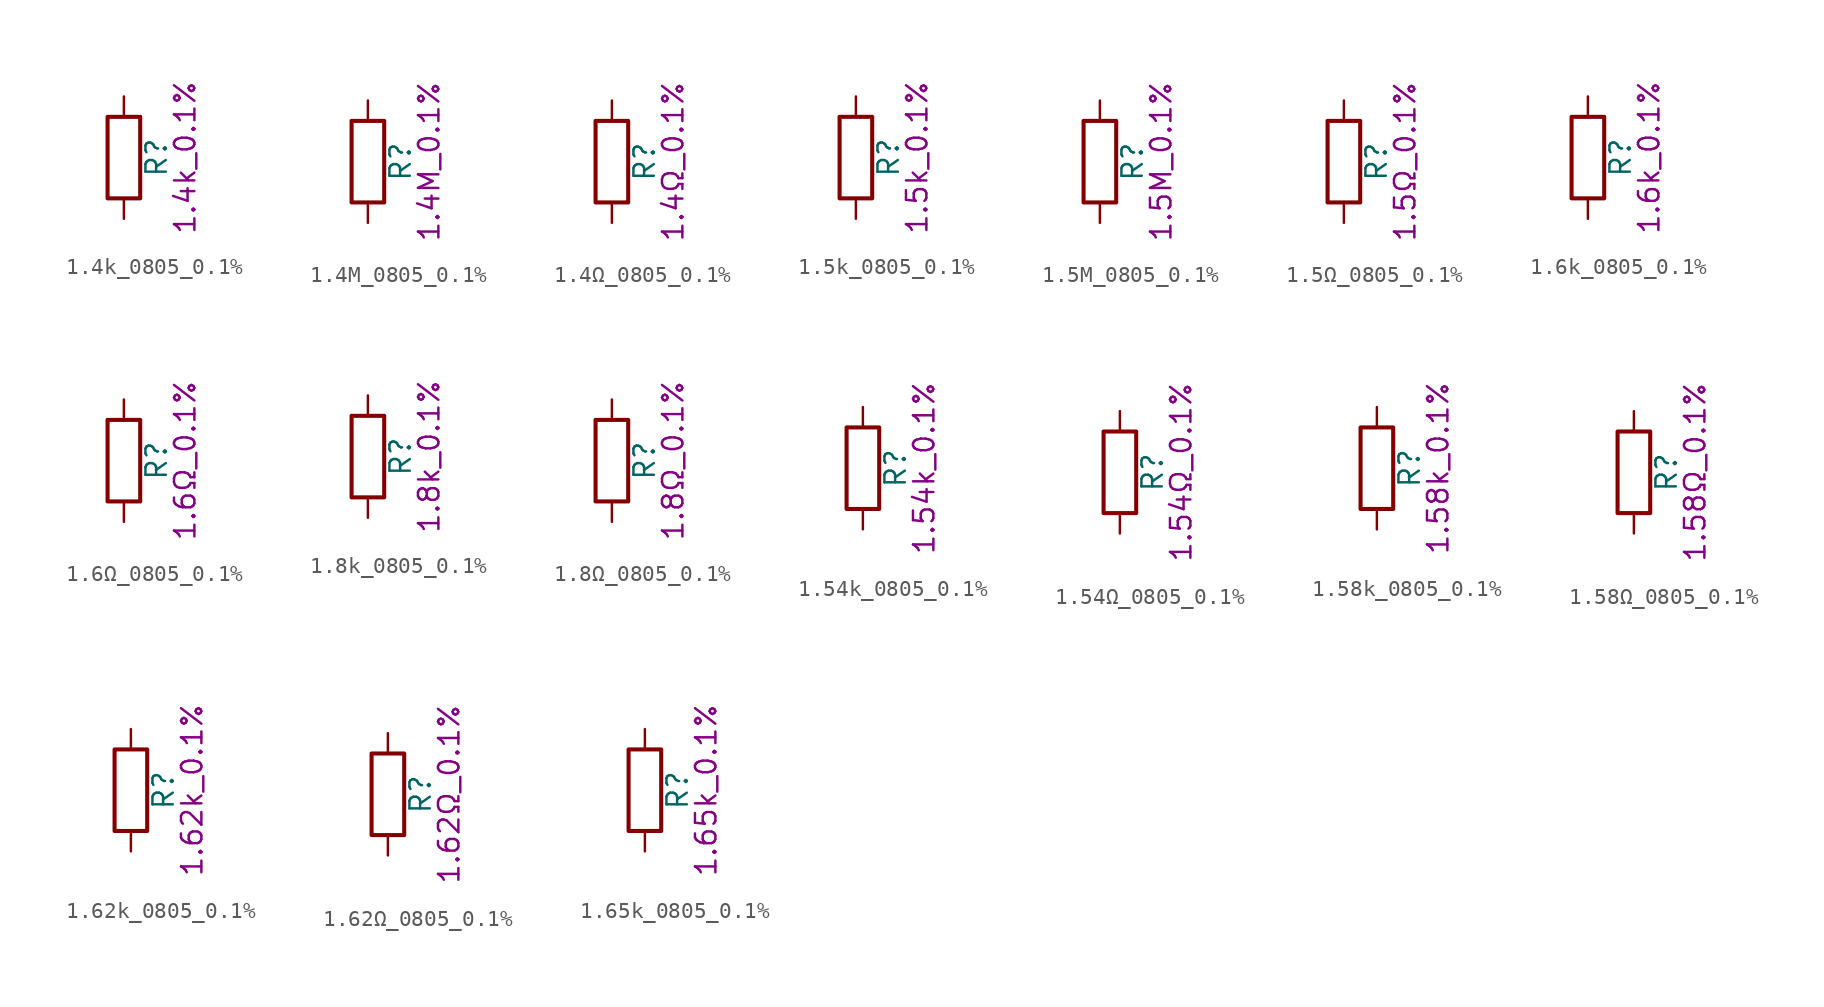
<source format=kicad_sym>
(kicad_symbol_lib
  (version 20211014)
  (generator kicad_symbol_editor)
  (symbol "1.4k_0805_0.1%"
    (pin_numbers hide)
    (pin_names
      (offset 0))
    (property "Reference" "R"
      (at 2.032 0 90)
      (effects (font (size 1.27 1.27))))
    (property "Display" "1.4k_0.1%"
      (at 3.81 0 90)
      (effects (font (size 1.27 1.27))))
    (symbol "1.4k_0805_0.1%_0_1"
      (rectangle (start -1.016 -2.54) (end 1.016 2.54) (stroke (width 0.254) (type default) (color 0 0 0 0)) (fill (type none))))
    (symbol "1.4k_0805_0.1%_1_1"
      (pin passive line (at 0 3.81 270) (length 1.27) (name "~" (effects (font (size 1.27 1.27)))) (number "1" (effects (font (size 1.27 1.27)))))
      (pin passive line (at 0 -3.81 90) (length 1.27) (name "~" (effects (font (size 1.27 1.27)))) (number "2" (effects (font (size 1.27 1.27)))))))
  (symbol "1.4M_0805_0.1%"
    (pin_numbers hide)
    (pin_names
      (offset 0))
    (property "Reference" "R"
      (at 2.032 0 90)
      (effects (font (size 1.27 1.27))))
    (property "Display" "1.4M_0.1%"
      (at 3.81 0 90)
      (effects (font (size 1.27 1.27))))
    (symbol "1.4M_0805_0.1%_0_1"
      (rectangle (start -1.016 -2.54) (end 1.016 2.54) (stroke (width 0.254) (type default) (color 0 0 0 0)) (fill (type none))))
    (symbol "1.4M_0805_0.1%_1_1"
      (pin passive line (at 0 3.81 270) (length 1.27) (name "~" (effects (font (size 1.27 1.27)))) (number "1" (effects (font (size 1.27 1.27)))))
      (pin passive line (at 0 -3.81 90) (length 1.27) (name "~" (effects (font (size 1.27 1.27)))) (number "2" (effects (font (size 1.27 1.27)))))))
  (symbol "1.4Ω_0805_0.1%"
    (pin_numbers hide)
    (pin_names
      (offset 0))
    (property "Reference" "R"
      (at 2.032 0 90)
      (effects (font (size 1.27 1.27))))
    (property "Display" "1.4Ω_0.1%"
      (at 3.81 0 90)
      (effects (font (size 1.27 1.27))))
    (symbol "1.4Ω_0805_0.1%_0_1"
      (rectangle (start -1.016 -2.54) (end 1.016 2.54) (stroke (width 0.254) (type default) (color 0 0 0 0)) (fill (type none))))
    (symbol "1.4Ω_0805_0.1%_1_1"
      (pin passive line (at 0 3.81 270) (length 1.27) (name "~" (effects (font (size 1.27 1.27)))) (number "1" (effects (font (size 1.27 1.27)))))
      (pin passive line (at 0 -3.81 90) (length 1.27) (name "~" (effects (font (size 1.27 1.27)))) (number "2" (effects (font (size 1.27 1.27)))))))
  (symbol "1.5k_0805_0.1%"
    (pin_numbers hide)
    (pin_names
      (offset 0))
    (property "Reference" "R"
      (at 2.032 0 90)
      (effects (font (size 1.27 1.27))))
    (property "Display" "1.5k_0.1%"
      (at 3.81 0 90)
      (effects (font (size 1.27 1.27))))
    (symbol "1.5k_0805_0.1%_0_1"
      (rectangle (start -1.016 -2.54) (end 1.016 2.54) (stroke (width 0.254) (type default) (color 0 0 0 0)) (fill (type none))))
    (symbol "1.5k_0805_0.1%_1_1"
      (pin passive line (at 0 3.81 270) (length 1.27) (name "~" (effects (font (size 1.27 1.27)))) (number "1" (effects (font (size 1.27 1.27)))))
      (pin passive line (at 0 -3.81 90) (length 1.27) (name "~" (effects (font (size 1.27 1.27)))) (number "2" (effects (font (size 1.27 1.27)))))))
  (symbol "1.5M_0805_0.1%"
    (pin_numbers hide)
    (pin_names
      (offset 0))
    (property "Reference" "R"
      (at 2.032 0 90)
      (effects (font (size 1.27 1.27))))
    (property "Display" "1.5M_0.1%"
      (at 3.81 0 90)
      (effects (font (size 1.27 1.27))))
    (symbol "1.5M_0805_0.1%_0_1"
      (rectangle (start -1.016 -2.54) (end 1.016 2.54) (stroke (width 0.254) (type default) (color 0 0 0 0)) (fill (type none))))
    (symbol "1.5M_0805_0.1%_1_1"
      (pin passive line (at 0 3.81 270) (length 1.27) (name "~" (effects (font (size 1.27 1.27)))) (number "1" (effects (font (size 1.27 1.27)))))
      (pin passive line (at 0 -3.81 90) (length 1.27) (name "~" (effects (font (size 1.27 1.27)))) (number "2" (effects (font (size 1.27 1.27)))))))
  (symbol "1.5Ω_0805_0.1%"
    (pin_numbers hide)
    (pin_names
      (offset 0))
    (property "Reference" "R"
      (at 2.032 0 90)
      (effects (font (size 1.27 1.27))))
    (property "Display" "1.5Ω_0.1%"
      (at 3.81 0 90)
      (effects (font (size 1.27 1.27))))
    (symbol "1.5Ω_0805_0.1%_0_1"
      (rectangle (start -1.016 -2.54) (end 1.016 2.54) (stroke (width 0.254) (type default) (color 0 0 0 0)) (fill (type none))))
    (symbol "1.5Ω_0805_0.1%_1_1"
      (pin passive line (at 0 3.81 270) (length 1.27) (name "~" (effects (font (size 1.27 1.27)))) (number "1" (effects (font (size 1.27 1.27)))))
      (pin passive line (at 0 -3.81 90) (length 1.27) (name "~" (effects (font (size 1.27 1.27)))) (number "2" (effects (font (size 1.27 1.27)))))))
  (symbol "1.6k_0805_0.1%"
    (pin_numbers hide)
    (pin_names
      (offset 0))
    (property "Reference" "R"
      (at 2.032 0 90)
      (effects (font (size 1.27 1.27))))
    (property "Display" "1.6k_0.1%"
      (at 3.81 0 90)
      (effects (font (size 1.27 1.27))))
    (symbol "1.6k_0805_0.1%_0_1"
      (rectangle (start -1.016 -2.54) (end 1.016 2.54) (stroke (width 0.254) (type default) (color 0 0 0 0)) (fill (type none))))
    (symbol "1.6k_0805_0.1%_1_1"
      (pin passive line (at 0 3.81 270) (length 1.27) (name "~" (effects (font (size 1.27 1.27)))) (number "1" (effects (font (size 1.27 1.27)))))
      (pin passive line (at 0 -3.81 90) (length 1.27) (name "~" (effects (font (size 1.27 1.27)))) (number "2" (effects (font (size 1.27 1.27)))))))
  (symbol "1.6Ω_0805_0.1%"
    (pin_numbers hide)
    (pin_names
      (offset 0))
    (property "Reference" "R"
      (at 2.032 0 90)
      (effects (font (size 1.27 1.27))))
    (property "Display" "1.6Ω_0.1%"
      (at 3.81 0 90)
      (effects (font (size 1.27 1.27))))
    (symbol "1.6Ω_0805_0.1%_0_1"
      (rectangle (start -1.016 -2.54) (end 1.016 2.54) (stroke (width 0.254) (type default) (color 0 0 0 0)) (fill (type none))))
    (symbol "1.6Ω_0805_0.1%_1_1"
      (pin passive line (at 0 3.81 270) (length 1.27) (name "~" (effects (font (size 1.27 1.27)))) (number "1" (effects (font (size 1.27 1.27)))))
      (pin passive line (at 0 -3.81 90) (length 1.27) (name "~" (effects (font (size 1.27 1.27)))) (number "2" (effects (font (size 1.27 1.27)))))))
  (symbol "1.8k_0805_0.1%"
    (pin_numbers hide)
    (pin_names
      (offset 0))
    (property "Reference" "R"
      (at 2.032 0 90)
      (effects (font (size 1.27 1.27))))
    (property "Display" "1.8k_0.1%"
      (at 3.81 0 90)
      (effects (font (size 1.27 1.27))))
    (symbol "1.8k_0805_0.1%_0_1"
      (rectangle (start -1.016 -2.54) (end 1.016 2.54) (stroke (width 0.254) (type default) (color 0 0 0 0)) (fill (type none))))
    (symbol "1.8k_0805_0.1%_1_1"
      (pin passive line (at 0 3.81 270) (length 1.27) (name "~" (effects (font (size 1.27 1.27)))) (number "1" (effects (font (size 1.27 1.27)))))
      (pin passive line (at 0 -3.81 90) (length 1.27) (name "~" (effects (font (size 1.27 1.27)))) (number "2" (effects (font (size 1.27 1.27)))))))
  (symbol "1.8Ω_0805_0.1%"
    (pin_numbers hide)
    (pin_names
      (offset 0))
    (property "Reference" "R"
      (at 2.032 0 90)
      (effects (font (size 1.27 1.27))))
    (property "Display" "1.8Ω_0.1%"
      (at 3.81 0 90)
      (effects (font (size 1.27 1.27))))
    (symbol "1.8Ω_0805_0.1%_0_1"
      (rectangle (start -1.016 -2.54) (end 1.016 2.54) (stroke (width 0.254) (type default) (color 0 0 0 0)) (fill (type none))))
    (symbol "1.8Ω_0805_0.1%_1_1"
      (pin passive line (at 0 3.81 270) (length 1.27) (name "~" (effects (font (size 1.27 1.27)))) (number "1" (effects (font (size 1.27 1.27)))))
      (pin passive line (at 0 -3.81 90) (length 1.27) (name "~" (effects (font (size 1.27 1.27)))) (number "2" (effects (font (size 1.27 1.27)))))))
  (symbol "1.54k_0805_0.1%"
    (pin_numbers hide)
    (pin_names
      (offset 0))
    (property "Reference" "R"
      (at 2.032 0 90)
      (effects (font (size 1.27 1.27))))
    (property "Display" "1.54k_0.1%"
      (at 3.81 0 90)
      (effects (font (size 1.27 1.27))))
    (symbol "1.54k_0805_0.1%_0_1"
      (rectangle (start -1.016 -2.54) (end 1.016 2.54) (stroke (width 0.254) (type default) (color 0 0 0 0)) (fill (type none))))
    (symbol "1.54k_0805_0.1%_1_1"
      (pin passive line (at 0 3.81 270) (length 1.27) (name "~" (effects (font (size 1.27 1.27)))) (number "1" (effects (font (size 1.27 1.27)))))
      (pin passive line (at 0 -3.81 90) (length 1.27) (name "~" (effects (font (size 1.27 1.27)))) (number "2" (effects (font (size 1.27 1.27)))))))
  (symbol "1.54Ω_0805_0.1%"
    (pin_numbers hide)
    (pin_names
      (offset 0))
    (property "Reference" "R"
      (at 2.032 0 90)
      (effects (font (size 1.27 1.27))))
    (property "Display" "1.54Ω_0.1%"
      (at 3.81 0 90)
      (effects (font (size 1.27 1.27))))
    (symbol "1.54Ω_0805_0.1%_0_1"
      (rectangle (start -1.016 -2.54) (end 1.016 2.54) (stroke (width 0.254) (type default) (color 0 0 0 0)) (fill (type none))))
    (symbol "1.54Ω_0805_0.1%_1_1"
      (pin passive line (at 0 3.81 270) (length 1.27) (name "~" (effects (font (size 1.27 1.27)))) (number "1" (effects (font (size 1.27 1.27)))))
      (pin passive line (at 0 -3.81 90) (length 1.27) (name "~" (effects (font (size 1.27 1.27)))) (number "2" (effects (font (size 1.27 1.27)))))))
  (symbol "1.58k_0805_0.1%"
    (pin_numbers hide)
    (pin_names
      (offset 0))
    (property "Reference" "R"
      (at 2.032 0 90)
      (effects (font (size 1.27 1.27))))
    (property "Display" "1.58k_0.1%"
      (at 3.81 0 90)
      (effects (font (size 1.27 1.27))))
    (symbol "1.58k_0805_0.1%_0_1"
      (rectangle (start -1.016 -2.54) (end 1.016 2.54) (stroke (width 0.254) (type default) (color 0 0 0 0)) (fill (type none))))
    (symbol "1.58k_0805_0.1%_1_1"
      (pin passive line (at 0 3.81 270) (length 1.27) (name "~" (effects (font (size 1.27 1.27)))) (number "1" (effects (font (size 1.27 1.27)))))
      (pin passive line (at 0 -3.81 90) (length 1.27) (name "~" (effects (font (size 1.27 1.27)))) (number "2" (effects (font (size 1.27 1.27)))))))
  (symbol "1.58Ω_0805_0.1%"
    (pin_numbers hide)
    (pin_names
      (offset 0))
    (property "Reference" "R"
      (at 2.032 0 90)
      (effects (font (size 1.27 1.27))))
    (property "Display" "1.58Ω_0.1%"
      (at 3.81 0 90)
      (effects (font (size 1.27 1.27))))
    (symbol "1.58Ω_0805_0.1%_0_1"
      (rectangle (start -1.016 -2.54) (end 1.016 2.54) (stroke (width 0.254) (type default) (color 0 0 0 0)) (fill (type none))))
    (symbol "1.58Ω_0805_0.1%_1_1"
      (pin passive line (at 0 3.81 270) (length 1.27) (name "~" (effects (font (size 1.27 1.27)))) (number "1" (effects (font (size 1.27 1.27)))))
      (pin passive line (at 0 -3.81 90) (length 1.27) (name "~" (effects (font (size 1.27 1.27)))) (number "2" (effects (font (size 1.27 1.27)))))))
  (symbol "1.62k_0805_0.1%"
    (pin_numbers hide)
    (pin_names
      (offset 0))
    (property "Reference" "R"
      (at 2.032 0 90)
      (effects (font (size 1.27 1.27))))
    (property "Display" "1.62k_0.1%"
      (at 3.81 0 90)
      (effects (font (size 1.27 1.27))))
    (symbol "1.62k_0805_0.1%_0_1"
      (rectangle (start -1.016 -2.54) (end 1.016 2.54) (stroke (width 0.254) (type default) (color 0 0 0 0)) (fill (type none))))
    (symbol "1.62k_0805_0.1%_1_1"
      (pin passive line (at 0 3.81 270) (length 1.27) (name "~" (effects (font (size 1.27 1.27)))) (number "1" (effects (font (size 1.27 1.27)))))
      (pin passive line (at 0 -3.81 90) (length 1.27) (name "~" (effects (font (size 1.27 1.27)))) (number "2" (effects (font (size 1.27 1.27)))))))
  (symbol "1.62Ω_0805_0.1%"
    (pin_numbers hide)
    (pin_names
      (offset 0))
    (property "Reference" "R"
      (at 2.032 0 90)
      (effects (font (size 1.27 1.27))))
    (property "Display" "1.62Ω_0.1%"
      (at 3.81 0 90)
      (effects (font (size 1.27 1.27))))
    (symbol "1.62Ω_0805_0.1%_0_1"
      (rectangle (start -1.016 -2.54) (end 1.016 2.54) (stroke (width 0.254) (type default) (color 0 0 0 0)) (fill (type none))))
    (symbol "1.62Ω_0805_0.1%_1_1"
      (pin passive line (at 0 3.81 270) (length 1.27) (name "~" (effects (font (size 1.27 1.27)))) (number "1" (effects (font (size 1.27 1.27)))))
      (pin passive line (at 0 -3.81 90) (length 1.27) (name "~" (effects (font (size 1.27 1.27)))) (number "2" (effects (font (size 1.27 1.27)))))))
  (symbol "1.65k_0805_0.1%"
    (pin_numbers hide)
    (pin_names
      (offset 0))
    (property "Reference" "R"
      (at 2.032 0 90)
      (effects (font (size 1.27 1.27))))
    (property "Display" "1.65k_0.1%"
      (at 3.81 0 90)
      (effects (font (size 1.27 1.27))))
    (symbol "1.65k_0805_0.1%_0_1"
      (rectangle (start -1.016 -2.54) (end 1.016 2.54) (stroke (width 0.254) (type default) (color 0 0 0 0)) (fill (type none))))
    (symbol "1.65k_0805_0.1%_1_1"
      (pin passive line (at 0 3.81 270) (length 1.27) (name "~" (effects (font (size 1.27 1.27)))) (number "1" (effects (font (size 1.27 1.27)))))
      (pin passive line (at 0 -3.81 90) (length 1.27) (name "~" (effects (font (size 1.27 1.27)))) (number "2" (effects (font (size 1.27 1.27))))))))
</source>
